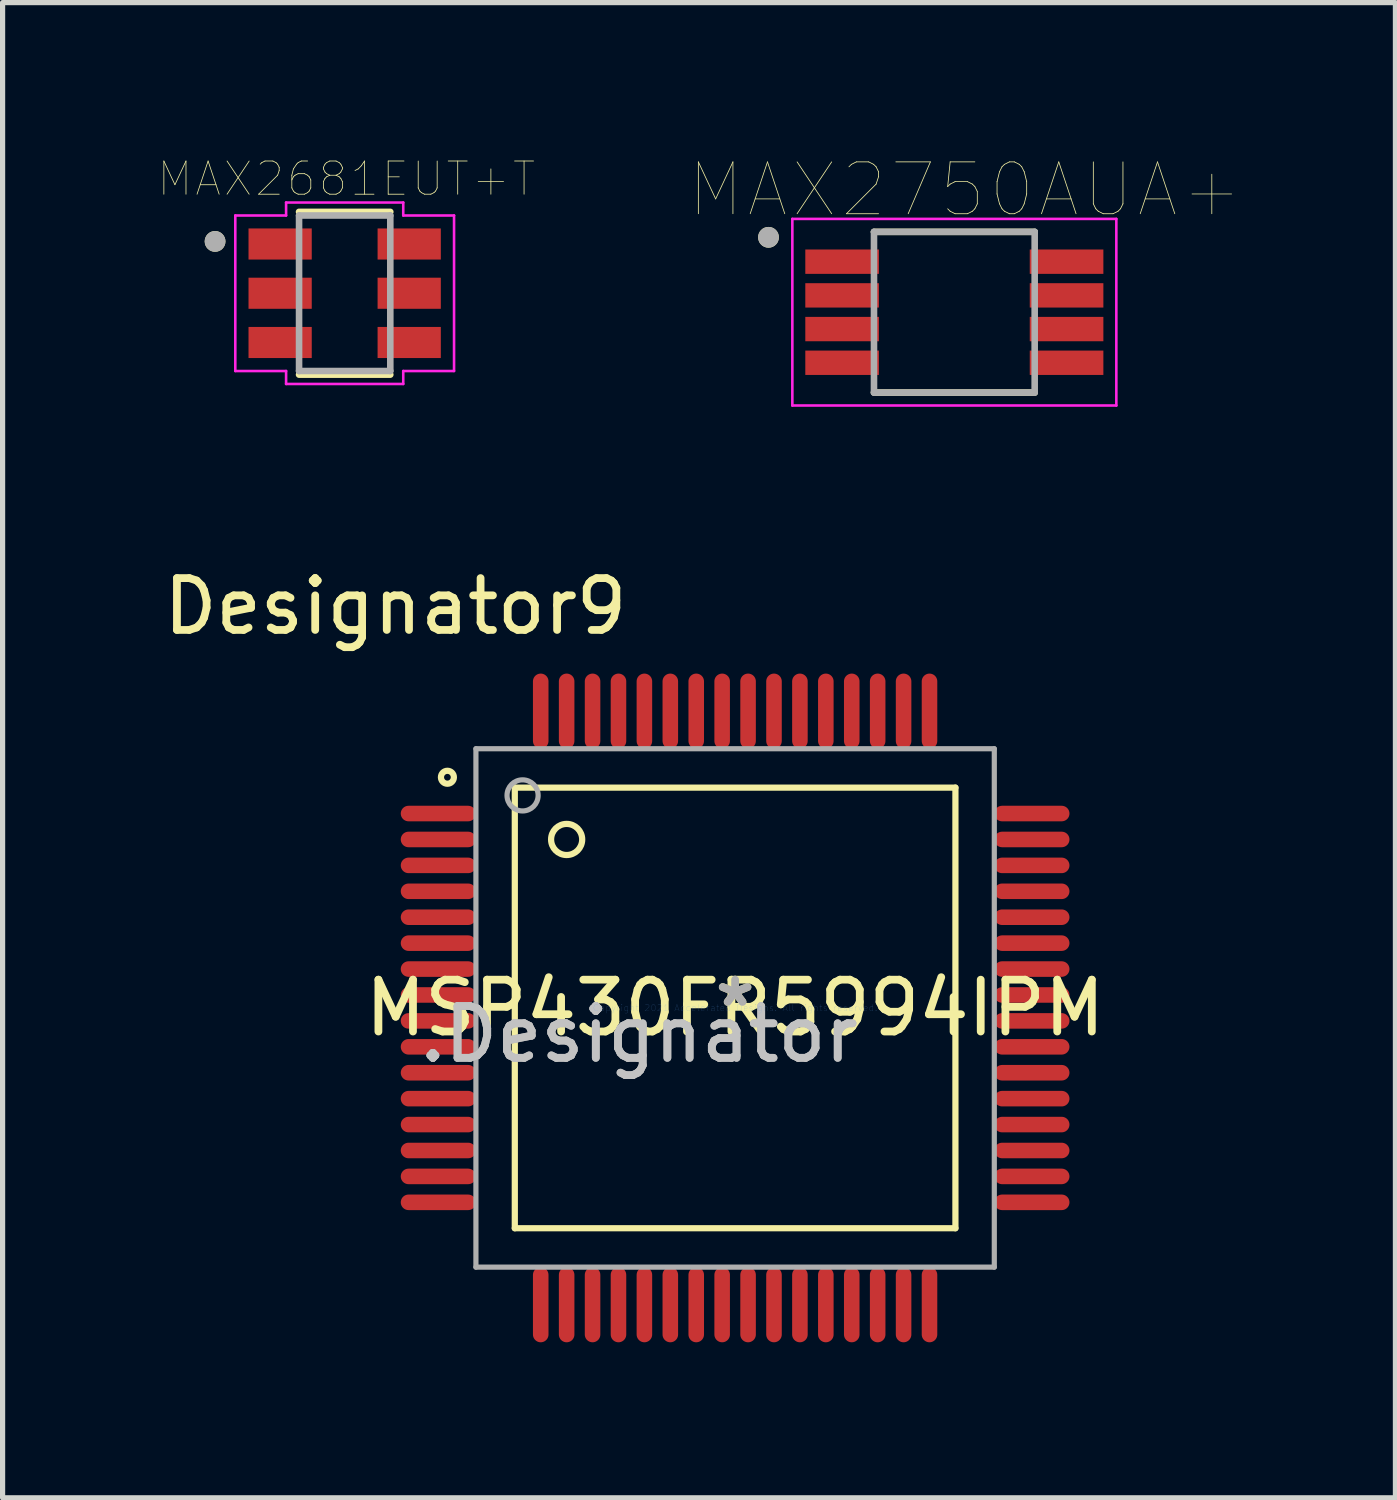
<source format=kicad_pcb>
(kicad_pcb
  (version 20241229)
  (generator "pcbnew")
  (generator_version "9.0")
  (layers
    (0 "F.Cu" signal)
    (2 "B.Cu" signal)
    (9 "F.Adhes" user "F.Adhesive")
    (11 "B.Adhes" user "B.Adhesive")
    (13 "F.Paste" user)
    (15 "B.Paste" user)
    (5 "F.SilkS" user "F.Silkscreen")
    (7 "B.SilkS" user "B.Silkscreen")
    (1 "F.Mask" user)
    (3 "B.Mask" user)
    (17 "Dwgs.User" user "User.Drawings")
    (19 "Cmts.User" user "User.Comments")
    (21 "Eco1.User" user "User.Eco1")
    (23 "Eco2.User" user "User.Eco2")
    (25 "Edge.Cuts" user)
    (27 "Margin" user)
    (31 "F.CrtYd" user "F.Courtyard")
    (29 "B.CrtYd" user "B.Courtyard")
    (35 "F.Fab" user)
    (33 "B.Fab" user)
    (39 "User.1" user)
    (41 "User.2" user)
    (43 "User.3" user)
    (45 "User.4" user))
  (footprint "MAX2681EUT+T"
    (layer "F.Cu")
    (at 3.599 2.607)
    (property "Reference" "MAX2681EUT+T" (at 0.032 -2.206 0) (layer "F.SilkS") (effects (font (size 0.64 0.64) (thickness 0.015))))
    (attr through_hole)
    (fp_line (start -0.88 -1.57) (end 0.88 -1.57) (stroke (width 0.127) (type solid)) (layer "F.SilkS"))
    (fp_line (start -0.88 1.57) (end 0.88 1.57) (stroke (width 0.127) (type solid)) (layer "F.SilkS"))
    (fp_circle (center -2.5 -1) (end -2.4 -1) (stroke (width 0.2) (type solid)) (fill no) (layer "F.SilkS"))
    (fp_line (start -2.11 -1.5) (end -2.11 1.5) (stroke (width 0.05) (type solid)) (layer "F.CrtYd"))
    (fp_line (start -2.11 -1.5) (end -1.13 -1.5) (stroke (width 0.05) (type solid)) (layer "F.CrtYd"))
    (fp_line (start -1.13 -1.75) (end 1.13 -1.75) (stroke (width 0.05) (type solid)) (layer "F.CrtYd"))
    (fp_line (start -1.13 -1.5) (end -1.13 -1.75) (stroke (width 0.05) (type solid)) (layer "F.CrtYd"))
    (fp_line (start -1.13 1.5) (end -2.11 1.5) (stroke (width 0.05) (type solid)) (layer "F.CrtYd"))
    (fp_line (start -1.13 1.75) (end -1.13 1.5) (stroke (width 0.05) (type solid)) (layer "F.CrtYd"))
    (fp_line (start 1.13 -1.75) (end 1.13 -1.5) (stroke (width 0.05) (type solid)) (layer "F.CrtYd"))
    (fp_line (start 1.13 -1.5) (end 2.11 -1.5) (stroke (width 0.05) (type solid)) (layer "F.CrtYd"))
    (fp_line (start 1.13 1.5) (end 1.13 1.75) (stroke (width 0.05) (type solid)) (layer "F.CrtYd"))
    (fp_line (start 1.13 1.75) (end -1.13 1.75) (stroke (width 0.05) (type solid)) (layer "F.CrtYd"))
    (fp_line (start 2.11 1.5) (end 1.13 1.5) (stroke (width 0.05) (type solid)) (layer "F.CrtYd"))
    (fp_line (start 2.11 1.5) (end 2.11 -1.5) (stroke (width 0.05) (type solid)) (layer "F.CrtYd"))
    (fp_line (start -0.88 -1.5) (end 0.88 -1.5) (stroke (width 0.127) (type solid)) (layer "F.Fab"))
    (fp_line (start -0.88 1.5) (end -0.88 -1.5) (stroke (width 0.127) (type solid)) (layer "F.Fab"))
    (fp_line (start 0.88 -1.5) (end 0.88 1.5) (stroke (width 0.127) (type solid)) (layer "F.Fab"))
    (fp_line (start 0.88 1.5) (end -0.88 1.5) (stroke (width 0.127) (type solid)) (layer "F.Fab"))
    (fp_circle (center -2.5 -1) (end -2.4 -1) (stroke (width 0.2) (type solid)) (fill no) (layer "F.Fab"))
    (pad "1" smd rect (at -1.245 -0.95) (size 1.22 0.6) (layers "F.Cu" "F.Mask" "F.Paste"))
    (pad "2" smd rect (at -1.245 0) (size 1.22 0.6) (layers "F.Cu" "F.Mask" "F.Paste"))
    (pad "3" smd rect (at -1.245 0.95) (size 1.22 0.6) (layers "F.Cu" "F.Mask" "F.Paste"))
    (pad "4" smd rect (at 1.245 0.95) (size 1.22 0.6) (layers "F.Cu" "F.Mask" "F.Paste"))
    (pad "5" smd rect (at 1.245 0) (size 1.22 0.6) (layers "F.Cu" "F.Mask" "F.Paste"))
    (pad "6" smd rect (at 1.245 -0.95) (size 1.22 0.6) (layers "F.Cu" "F.Mask" "F.Paste")))
  (footprint "MAX2750AUA+"
    (layer "F.Cu")
    (at 15.36 2.973)
    (property "Reference" "MAX2750AUA+" (at 0.205 -2.362 0) (layer "F.SilkS") (effects (font (size 1 1) (thickness 0.015))))
    (attr through_hole)
    (fp_line (start -1.55 -1.55) (end 1.55 -1.55) (stroke (width 0.127) (type solid)) (layer "F.SilkS"))
    (fp_line (start -1.55 1.55) (end 1.55 1.55) (stroke (width 0.127) (type solid)) (layer "F.SilkS"))
    (fp_circle (center -3.585 -1.445) (end -3.485 -1.445) (stroke (width 0.2) (type solid)) (fill no) (layer "F.SilkS"))
    (fp_line (start -3.125 -1.8) (end -3.125 1.8) (stroke (width 0.05) (type solid)) (layer "F.CrtYd"))
    (fp_line (start -3.125 -1.8) (end 3.125 -1.8) (stroke (width 0.05) (type solid)) (layer "F.CrtYd"))
    (fp_line (start -3.125 1.8) (end 3.125 1.8) (stroke (width 0.05) (type solid)) (layer "F.CrtYd"))
    (fp_line (start 3.125 -1.8) (end 3.125 1.8) (stroke (width 0.05) (type solid)) (layer "F.CrtYd"))
    (fp_line (start -1.55 -1.55) (end -1.55 1.55) (stroke (width 0.127) (type solid)) (layer "F.Fab"))
    (fp_line (start -1.55 -1.55) (end 1.55 -1.55) (stroke (width 0.127) (type solid)) (layer "F.Fab"))
    (fp_line (start -1.55 1.55) (end 1.55 1.55) (stroke (width 0.127) (type solid)) (layer "F.Fab"))
    (fp_line (start 1.55 -1.55) (end 1.55 1.55) (stroke (width 0.127) (type solid)) (layer "F.Fab"))
    (fp_circle (center -3.585 -1.445) (end -3.485 -1.445) (stroke (width 0.2) (type solid)) (fill no) (layer "F.Fab"))
    (pad "1" smd rect (at -2.165 -0.975) (size 1.42 0.47) (layers "F.Cu" "F.Mask" "F.Paste"))
    (pad "2" smd rect (at -2.165 -0.325) (size 1.42 0.47) (layers "F.Cu" "F.Mask" "F.Paste"))
    (pad "3" smd rect (at -2.165 0.325) (size 1.42 0.47) (layers "F.Cu" "F.Mask" "F.Paste"))
    (pad "4" smd rect (at -2.165 0.975) (size 1.42 0.47) (layers "F.Cu" "F.Mask" "F.Paste"))
    (pad "5" smd rect (at 2.165 0.975) (size 1.42 0.47) (layers "F.Cu" "F.Mask" "F.Paste"))
    (pad "6" smd rect (at 2.165 0.325) (size 1.42 0.47) (layers "F.Cu" "F.Mask" "F.Paste"))
    (pad "7" smd rect (at 2.165 -0.325) (size 1.42 0.47) (layers "F.Cu" "F.Mask" "F.Paste"))
    (pad "8" smd rect (at 2.165 -0.975) (size 1.42 0.47) (layers "F.Cu" "F.Mask" "F.Paste")))
  (footprint "MSP430FR5994IPM"
    (layer "F.Cu")
    (at 11.131 16.394)
    (property "Reference" "MSP430FR5994IPM" (at 0 0 0) (layer "F.SilkS") (effects (font (size 1 1) (thickness 0.15))))
    (attr through_hole)
    (fp_line (start -4.25 -4.25) (end 4.25 -4.25) (stroke (width 0.12) (type solid)) (layer "F.SilkS"))
    (fp_line (start -4.25 4.25) (end -4.25 -4.25) (stroke (width 0.12) (type solid)) (layer "F.SilkS"))
    (fp_line (start -4.25 4.25) (end 4.25 4.25) (stroke (width 0.12) (type solid)) (layer "F.SilkS"))
    (fp_line (start 4.25 4.25) (end 4.25 -4.25) (stroke (width 0.12) (type solid)) (layer "F.SilkS"))
    (fp_circle (center -5.55 -4.45) (end -5.425 -4.45) (stroke (width 0.12) (type solid)) (fill no) (layer "F.SilkS"))
    (fp_circle (center -3.25 -3.25) (end -2.95 -3.25) (stroke (width 0.12) (type solid)) (fill no) (layer "F.SilkS"))
    (fp_line (start -5 -5) (end 5 -5) (stroke (width 0.1) (type solid)) (layer "F.Fab"))
    (fp_line (start -5 5) (end -5 -5) (stroke (width 0.1) (type solid)) (layer "F.Fab"))
    (fp_line (start -5 5) (end 5 5) (stroke (width 0.1) (type solid)) (layer "F.Fab"))
    (fp_line (start 5 5) (end 5 -5) (stroke (width 0.1) (type solid)) (layer "F.Fab"))
    (fp_circle (center -4.1 -4.1) (end -3.8 -4.1) (stroke (width 0.1) (type solid)) (fill no) (layer "F.Fab"))
    (fp_text user "Designator9" (at -6.553 -7.747 0) (layer "F.SilkS") (effects (font (size 1 1) (thickness 0.15))))
    (fp_text user "*" (at 0 0 0) (layer "F.SilkS") (effects (font (size 1 1) (thickness 0.15))))
    (fp_text user ".Designator" (at -1.854 0.508 0) (layer "Dwgs.User") (effects (font (size 1 1) (thickness 0.15))))
    (fp_text user "Copyright 2021 Accelerated Designs. All rights reserved." (at 0 0 0) (layer "Cmts.User") (effects (font (size 0.127 0.127) (thickness 0.002))))
    (fp_text user ".Designator" (at -1.854 0.508 0) (layer "F.Fab") (effects (font (size 1 1) (thickness 0.15))))
    (fp_text user "*" (at 0 0 0) (layer "F.Fab") (effects (font (size 1 1) (thickness 0.15))))
    (pad "1" smd oval (at -5.725 -3.75 90) (size 0.3 1.45) (layers "F.Cu" "F.Mask" "F.Paste"))
    (pad "2" smd oval (at -5.725 -3.25 90) (size 0.3 1.45) (layers "F.Cu" "F.Mask" "F.Paste"))
    (pad "3" smd oval (at -5.725 -2.75 90) (size 0.3 1.45) (layers "F.Cu" "F.Mask" "F.Paste"))
    (pad "4" smd oval (at -5.725 -2.25 90) (size 0.3 1.45) (layers "F.Cu" "F.Mask" "F.Paste"))
    (pad "5" smd oval (at -5.725 -1.75 90) (size 0.3 1.45) (layers "F.Cu" "F.Mask" "F.Paste"))
    (pad "6" smd oval (at -5.725 -1.25 90) (size 0.3 1.45) (layers "F.Cu" "F.Mask" "F.Paste"))
    (pad "7" smd oval (at -5.725 -0.75 90) (size 0.3 1.45) (layers "F.Cu" "F.Mask" "F.Paste"))
    (pad "8" smd oval (at -5.725 -0.25 90) (size 0.3 1.45) (layers "F.Cu" "F.Mask" "F.Paste"))
    (pad "9" smd oval (at -5.725 0.25 90) (size 0.3 1.45) (layers "F.Cu" "F.Mask" "F.Paste"))
    (pad "10" smd oval (at -5.725 0.75 90) (size 0.3 1.45) (layers "F.Cu" "F.Mask" "F.Paste"))
    (pad "11" smd oval (at -5.725 1.25 90) (size 0.3 1.45) (layers "F.Cu" "F.Mask" "F.Paste"))
    (pad "12" smd oval (at -5.725 1.75 90) (size 0.3 1.45) (layers "F.Cu" "F.Mask" "F.Paste"))
    (pad "13" smd oval (at -5.725 2.25 90) (size 0.3 1.45) (layers "F.Cu" "F.Mask" "F.Paste"))
    (pad "14" smd oval (at -5.725 2.75 90) (size 0.3 1.45) (layers "F.Cu" "F.Mask" "F.Paste"))
    (pad "15" smd oval (at -5.725 3.25 90) (size 0.3 1.45) (layers "F.Cu" "F.Mask" "F.Paste"))
    (pad "16" smd oval (at -5.725 3.75 90) (size 0.3 1.45) (layers "F.Cu" "F.Mask" "F.Paste"))
    (pad "17" smd oval (at -3.75 5.725) (size 0.3 1.45) (layers "F.Cu" "F.Mask" "F.Paste"))
    (pad "18" smd oval (at -3.25 5.725) (size 0.3 1.45) (layers "F.Cu" "F.Mask" "F.Paste"))
    (pad "19" smd oval (at -2.75 5.725) (size 0.3 1.45) (layers "F.Cu" "F.Mask" "F.Paste"))
    (pad "20" smd oval (at -2.25 5.725) (size 0.3 1.45) (layers "F.Cu" "F.Mask" "F.Paste"))
    (pad "21" smd oval (at -1.75 5.725) (size 0.3 1.45) (layers "F.Cu" "F.Mask" "F.Paste"))
    (pad "22" smd oval (at -1.25 5.725) (size 0.3 1.45) (layers "F.Cu" "F.Mask" "F.Paste"))
    (pad "23" smd oval (at -0.75 5.725) (size 0.3 1.45) (layers "F.Cu" "F.Mask" "F.Paste"))
    (pad "24" smd oval (at -0.25 5.725) (size 0.3 1.45) (layers "F.Cu" "F.Mask" "F.Paste"))
    (pad "25" smd oval (at 0.25 5.725) (size 0.3 1.45) (layers "F.Cu" "F.Mask" "F.Paste"))
    (pad "26" smd oval (at 0.75 5.725) (size 0.3 1.45) (layers "F.Cu" "F.Mask" "F.Paste"))
    (pad "27" smd oval (at 1.25 5.725) (size 0.3 1.45) (layers "F.Cu" "F.Mask" "F.Paste"))
    (pad "28" smd oval (at 1.75 5.725) (size 0.3 1.45) (layers "F.Cu" "F.Mask" "F.Paste"))
    (pad "29" smd oval (at 2.25 5.725) (size 0.3 1.45) (layers "F.Cu" "F.Mask" "F.Paste"))
    (pad "30" smd oval (at 2.75 5.725) (size 0.3 1.45) (layers "F.Cu" "F.Mask" "F.Paste"))
    (pad "31" smd oval (at 3.25 5.725) (size 0.3 1.45) (layers "F.Cu" "F.Mask" "F.Paste"))
    (pad "32" smd oval (at 3.75 5.725) (size 0.3 1.45) (layers "F.Cu" "F.Mask" "F.Paste"))
    (pad "33" smd oval (at 5.725 3.75 90) (size 0.3 1.45) (layers "F.Cu" "F.Mask" "F.Paste"))
    (pad "34" smd oval (at 5.725 3.25 90) (size 0.3 1.45) (layers "F.Cu" "F.Mask" "F.Paste"))
    (pad "35" smd oval (at 5.725 2.75 90) (size 0.3 1.45) (layers "F.Cu" "F.Mask" "F.Paste"))
    (pad "36" smd oval (at 5.725 2.25 90) (size 0.3 1.45) (layers "F.Cu" "F.Mask" "F.Paste"))
    (pad "37" smd oval (at 5.725 1.75 90) (size 0.3 1.45) (layers "F.Cu" "F.Mask" "F.Paste"))
    (pad "38" smd oval (at 5.725 1.25 90) (size 0.3 1.45) (layers "F.Cu" "F.Mask" "F.Paste"))
    (pad "39" smd oval (at 5.725 0.75 90) (size 0.3 1.45) (layers "F.Cu" "F.Mask" "F.Paste"))
    (pad "40" smd oval (at 5.725 0.25 90) (size 0.3 1.45) (layers "F.Cu" "F.Mask" "F.Paste"))
    (pad "41" smd oval (at 5.725 -0.25 90) (size 0.3 1.45) (layers "F.Cu" "F.Mask" "F.Paste"))
    (pad "42" smd oval (at 5.725 -0.75 90) (size 0.3 1.45) (layers "F.Cu" "F.Mask" "F.Paste"))
    (pad "43" smd oval (at 5.725 -1.25 90) (size 0.3 1.45) (layers "F.Cu" "F.Mask" "F.Paste"))
    (pad "44" smd oval (at 5.725 -1.75 90) (size 0.3 1.45) (layers "F.Cu" "F.Mask" "F.Paste"))
    (pad "45" smd oval (at 5.725 -2.25 90) (size 0.3 1.45) (layers "F.Cu" "F.Mask" "F.Paste"))
    (pad "46" smd oval (at 5.725 -2.75 90) (size 0.3 1.45) (layers "F.Cu" "F.Mask" "F.Paste"))
    (pad "47" smd oval (at 5.725 -3.25 90) (size 0.3 1.45) (layers "F.Cu" "F.Mask" "F.Paste"))
    (pad "48" smd oval (at 5.725 -3.75 90) (size 0.3 1.45) (layers "F.Cu" "F.Mask" "F.Paste"))
    (pad "49" smd oval (at 3.75 -5.725) (size 0.3 1.45) (layers "F.Cu" "F.Mask" "F.Paste"))
    (pad "50" smd oval (at 3.25 -5.725) (size 0.3 1.45) (layers "F.Cu" "F.Mask" "F.Paste"))
    (pad "51" smd oval (at 2.75 -5.725) (size 0.3 1.45) (layers "F.Cu" "F.Mask" "F.Paste"))
    (pad "52" smd oval (at 2.25 -5.725) (size 0.3 1.45) (layers "F.Cu" "F.Mask" "F.Paste"))
    (pad "53" smd oval (at 1.75 -5.725) (size 0.3 1.45) (layers "F.Cu" "F.Mask" "F.Paste"))
    (pad "54" smd oval (at 1.25 -5.725) (size 0.3 1.45) (layers "F.Cu" "F.Mask" "F.Paste"))
    (pad "55" smd oval (at 0.75 -5.725) (size 0.3 1.45) (layers "F.Cu" "F.Mask" "F.Paste"))
    (pad "56" smd oval (at 0.25 -5.725) (size 0.3 1.45) (layers "F.Cu" "F.Mask" "F.Paste"))
    (pad "57" smd oval (at -0.25 -5.725) (size 0.3 1.45) (layers "F.Cu" "F.Mask" "F.Paste"))
    (pad "58" smd oval (at -0.75 -5.725) (size 0.3 1.45) (layers "F.Cu" "F.Mask" "F.Paste"))
    (pad "59" smd oval (at -1.25 -5.725) (size 0.3 1.45) (layers "F.Cu" "F.Mask" "F.Paste"))
    (pad "60" smd oval (at -1.75 -5.725) (size 0.3 1.45) (layers "F.Cu" "F.Mask" "F.Paste"))
    (pad "61" smd oval (at -2.25 -5.725) (size 0.3 1.45) (layers "F.Cu" "F.Mask" "F.Paste"))
    (pad "62" smd oval (at -2.75 -5.725) (size 0.3 1.45) (layers "F.Cu" "F.Mask" "F.Paste"))
    (pad "63" smd oval (at -3.25 -5.725) (size 0.3 1.45) (layers "F.Cu" "F.Mask" "F.Paste"))
    (pad "64" smd oval (at -3.75 -5.725) (size 0.3 1.45) (layers "F.Cu" "F.Mask" "F.Paste")))
  (gr_rect
    (start -3 -3)
    (end 23.869 25.844)
    (stroke (width 0.1) (type default))
    (fill no)
    (layer "Edge.Cuts")))
</source>
